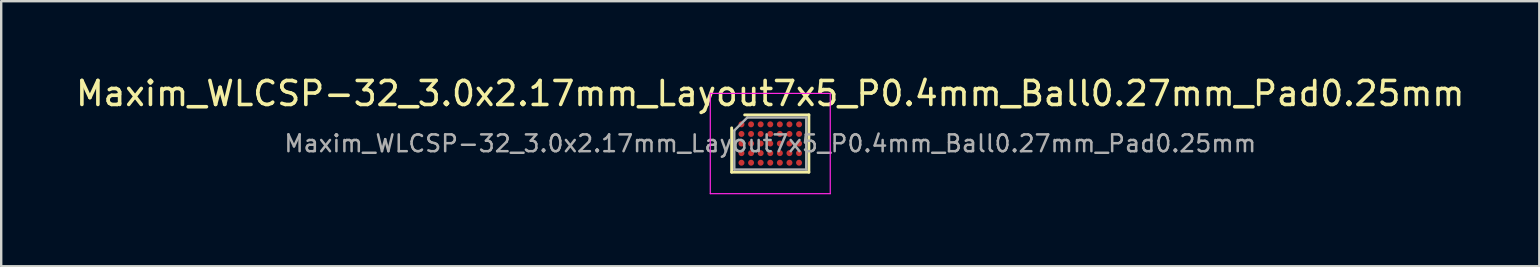
<source format=kicad_pcb>
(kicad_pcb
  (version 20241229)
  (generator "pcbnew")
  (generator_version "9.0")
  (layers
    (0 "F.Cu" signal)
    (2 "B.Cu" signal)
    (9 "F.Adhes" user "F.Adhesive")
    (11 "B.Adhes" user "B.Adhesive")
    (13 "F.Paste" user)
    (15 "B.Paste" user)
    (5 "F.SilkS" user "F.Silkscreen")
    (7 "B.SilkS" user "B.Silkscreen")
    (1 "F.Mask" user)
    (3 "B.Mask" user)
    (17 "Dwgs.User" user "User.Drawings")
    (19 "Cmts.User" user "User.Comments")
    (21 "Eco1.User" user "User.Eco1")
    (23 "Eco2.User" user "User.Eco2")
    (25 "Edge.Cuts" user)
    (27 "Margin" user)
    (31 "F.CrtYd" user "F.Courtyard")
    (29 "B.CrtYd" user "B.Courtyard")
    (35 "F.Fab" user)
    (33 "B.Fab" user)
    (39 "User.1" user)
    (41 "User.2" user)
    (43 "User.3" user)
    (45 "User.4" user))
  (footprint "Maxim_WLCSP-32_3.0x2.17mm_Layout7x5_P0.4mm_Ball0.27mm_Pad0.25mm"
    (layer "F.Cu")
    (at 29.054 2.932)
    (property "Reference" "Maxim_WLCSP-32_3.0x2.17mm_Layout7x5_P0.4mm_Ball0.27mm_Pad0.25mm" (at 0 -2.084 0) (layer "F.SilkS") (effects (font (size 1 1) (thickness 0.15))))
    (attr smd)
    (fp_line (start -1.609 1.194) (end -1.609 -0.652) (stroke (width 0.12) (type solid)) (layer "F.SilkS"))
    (fp_line (start -1.067 -1.194) (end 1.609 -1.194) (stroke (width 0.12) (type solid)) (layer "F.SilkS"))
    (fp_line (start 1.609 -1.194) (end 1.609 1.194) (stroke (width 0.12) (type solid)) (layer "F.SilkS"))
    (fp_line (start 1.609 1.194) (end -1.609 1.194) (stroke (width 0.12) (type solid)) (layer "F.SilkS"))
    (fp_line (start -2.5 -2.09) (end -2.5 2.09) (stroke (width 0.05) (type solid)) (layer "F.CrtYd"))
    (fp_line (start -2.5 2.09) (end 2.5 2.09) (stroke (width 0.05) (type solid)) (layer "F.CrtYd"))
    (fp_line (start 2.5 -2.09) (end -2.5 -2.09) (stroke (width 0.05) (type solid)) (layer "F.CrtYd"))
    (fp_line (start 2.5 2.09) (end 2.5 -2.09) (stroke (width 0.05) (type solid)) (layer "F.CrtYd"))
    (fp_line (start -1.499 -0.542) (end -0.957 -1.084) (stroke (width 0.1) (type solid)) (layer "F.Fab"))
    (fp_line (start -1.499 1.084) (end -1.499 -0.542) (stroke (width 0.1) (type solid)) (layer "F.Fab"))
    (fp_line (start -0.957 -1.084) (end 1.499 -1.084) (stroke (width 0.1) (type solid)) (layer "F.Fab"))
    (fp_line (start 1.499 -1.084) (end 1.499 1.084) (stroke (width 0.1) (type solid)) (layer "F.Fab"))
    (fp_line (start 1.499 1.084) (end -1.499 1.084) (stroke (width 0.1) (type solid)) (layer "F.Fab"))
    (fp_text user "${REFERENCE}" (at 0 0 0) (layer "F.Fab") (effects (font (size 0.7 0.7) (thickness 0.105))))
    (pad "A1" smd circle (at -1.2 -0.8) (size 0.25 0.25) (layers "F.Cu" "F.Mask" "F.Paste"))
    (pad "A2" smd circle (at -0.8 -0.8) (size 0.25 0.25) (layers "F.Cu" "F.Mask" "F.Paste"))
    (pad "A3" smd circle (at -0.4 -0.8) (size 0.25 0.25) (layers "F.Cu" "F.Mask" "F.Paste"))
    (pad "A4" smd circle (at 0 -0.8) (size 0.25 0.25) (layers "F.Cu" "F.Mask" "F.Paste"))
    (pad "A5" smd circle (at 0.4 -0.8) (size 0.25 0.25) (layers "F.Cu" "F.Mask" "F.Paste"))
    (pad "A6" smd circle (at 0.8 -0.8) (size 0.25 0.25) (layers "F.Cu" "F.Mask" "F.Paste"))
    (pad "A7" smd circle (at 1.2 -0.8) (size 0.25 0.25) (layers "F.Cu" "F.Mask" "F.Paste"))
    (pad "B1" smd circle (at -1.2 -0.4) (size 0.25 0.25) (layers "F.Cu" "F.Mask" "F.Paste"))
    (pad "B2" smd circle (at -0.8 -0.4) (size 0.25 0.25) (layers "F.Cu" "F.Mask" "F.Paste"))
    (pad "B3" smd circle (at -0.4 -0.4) (size 0.25 0.25) (layers "F.Cu" "F.Mask" "F.Paste"))
    (pad "B4" smd circle (at 0 -0.4) (size 0.25 0.25) (layers "F.Cu" "F.Mask" "F.Paste"))
    (pad "B5" smd circle (at 0.4 -0.4) (size 0.25 0.25) (layers "F.Cu" "F.Mask" "F.Paste"))
    (pad "B6" smd circle (at 0.8 -0.4) (size 0.25 0.25) (layers "F.Cu" "F.Mask" "F.Paste"))
    (pad "B7" smd circle (at 1.2 -0.4) (size 0.25 0.25) (layers "F.Cu" "F.Mask" "F.Paste"))
    (pad "C1" smd circle (at -1.2 0) (size 0.25 0.25) (layers "F.Cu" "F.Mask" "F.Paste"))
    (pad "C2" smd circle (at -0.8 0) (size 0.25 0.25) (layers "F.Cu" "F.Mask" "F.Paste"))
    (pad "C3" smd circle (at -0.4 0) (size 0.25 0.25) (layers "F.Cu" "F.Mask" "F.Paste"))
    (pad "C4" smd circle (at 0 0) (size 0.25 0.25) (layers "F.Cu" "F.Mask" "F.Paste"))
    (pad "C5" smd circle (at 0.4 0) (size 0.25 0.25) (layers "F.Cu" "F.Mask" "F.Paste"))
    (pad "C6" smd circle (at 0.8 0) (size 0.25 0.25) (layers "F.Cu" "F.Mask" "F.Paste"))
    (pad "C7" smd circle (at 1.2 0) (size 0.25 0.25) (layers "F.Cu" "F.Mask" "F.Paste"))
    (pad "D1" smd circle (at -1.2 0.4) (size 0.25 0.25) (layers "F.Cu" "F.Mask" "F.Paste"))
    (pad "D2" smd circle (at -0.8 0.4) (size 0.25 0.25) (layers "F.Cu" "F.Mask" "F.Paste"))
    (pad "D3" smd circle (at -0.4 0.4) (size 0.25 0.25) (layers "F.Cu" "F.Mask" "F.Paste"))
    (pad "D4" smd circle (at 0 0.4) (size 0.25 0.25) (layers "F.Cu" "F.Mask" "F.Paste"))
    (pad "D5" smd circle (at 0.4 0.4) (size 0.25 0.25) (layers "F.Cu" "F.Mask" "F.Paste"))
    (pad "D6" smd circle (at 0.8 0.4) (size 0.25 0.25) (layers "F.Cu" "F.Mask" "F.Paste"))
    (pad "D7" smd circle (at 1.2 0.4) (size 0.25 0.25) (layers "F.Cu" "F.Mask" "F.Paste"))
    (pad "E1" smd circle (at -1.2 0.8) (size 0.25 0.25) (layers "F.Cu" "F.Mask" "F.Paste"))
    (pad "E2" smd circle (at -0.8 0.8) (size 0.25 0.25) (layers "F.Cu" "F.Mask" "F.Paste"))
    (pad "E3" smd circle (at -0.4 0.8) (size 0.25 0.25) (layers "F.Cu" "F.Mask" "F.Paste"))
    (pad "E4" smd circle (at 0 0.8) (size 0.25 0.25) (layers "F.Cu" "F.Mask" "F.Paste"))
    (pad "E5" smd circle (at 0.4 0.8) (size 0.25 0.25) (layers "F.Cu" "F.Mask" "F.Paste"))
    (pad "E6" smd circle (at 0.8 0.8) (size 0.25 0.25) (layers "F.Cu" "F.Mask" "F.Paste"))
    (pad "E7" smd circle (at 1.2 0.8) (size 0.25 0.25) (layers "F.Cu" "F.Mask" "F.Paste")))
  (gr_rect
    (start -3 -3)
    (end 61.107 8.047)
    (stroke (width 0.1) (type default))
    (fill no)
    (layer "Edge.Cuts")))
</source>
